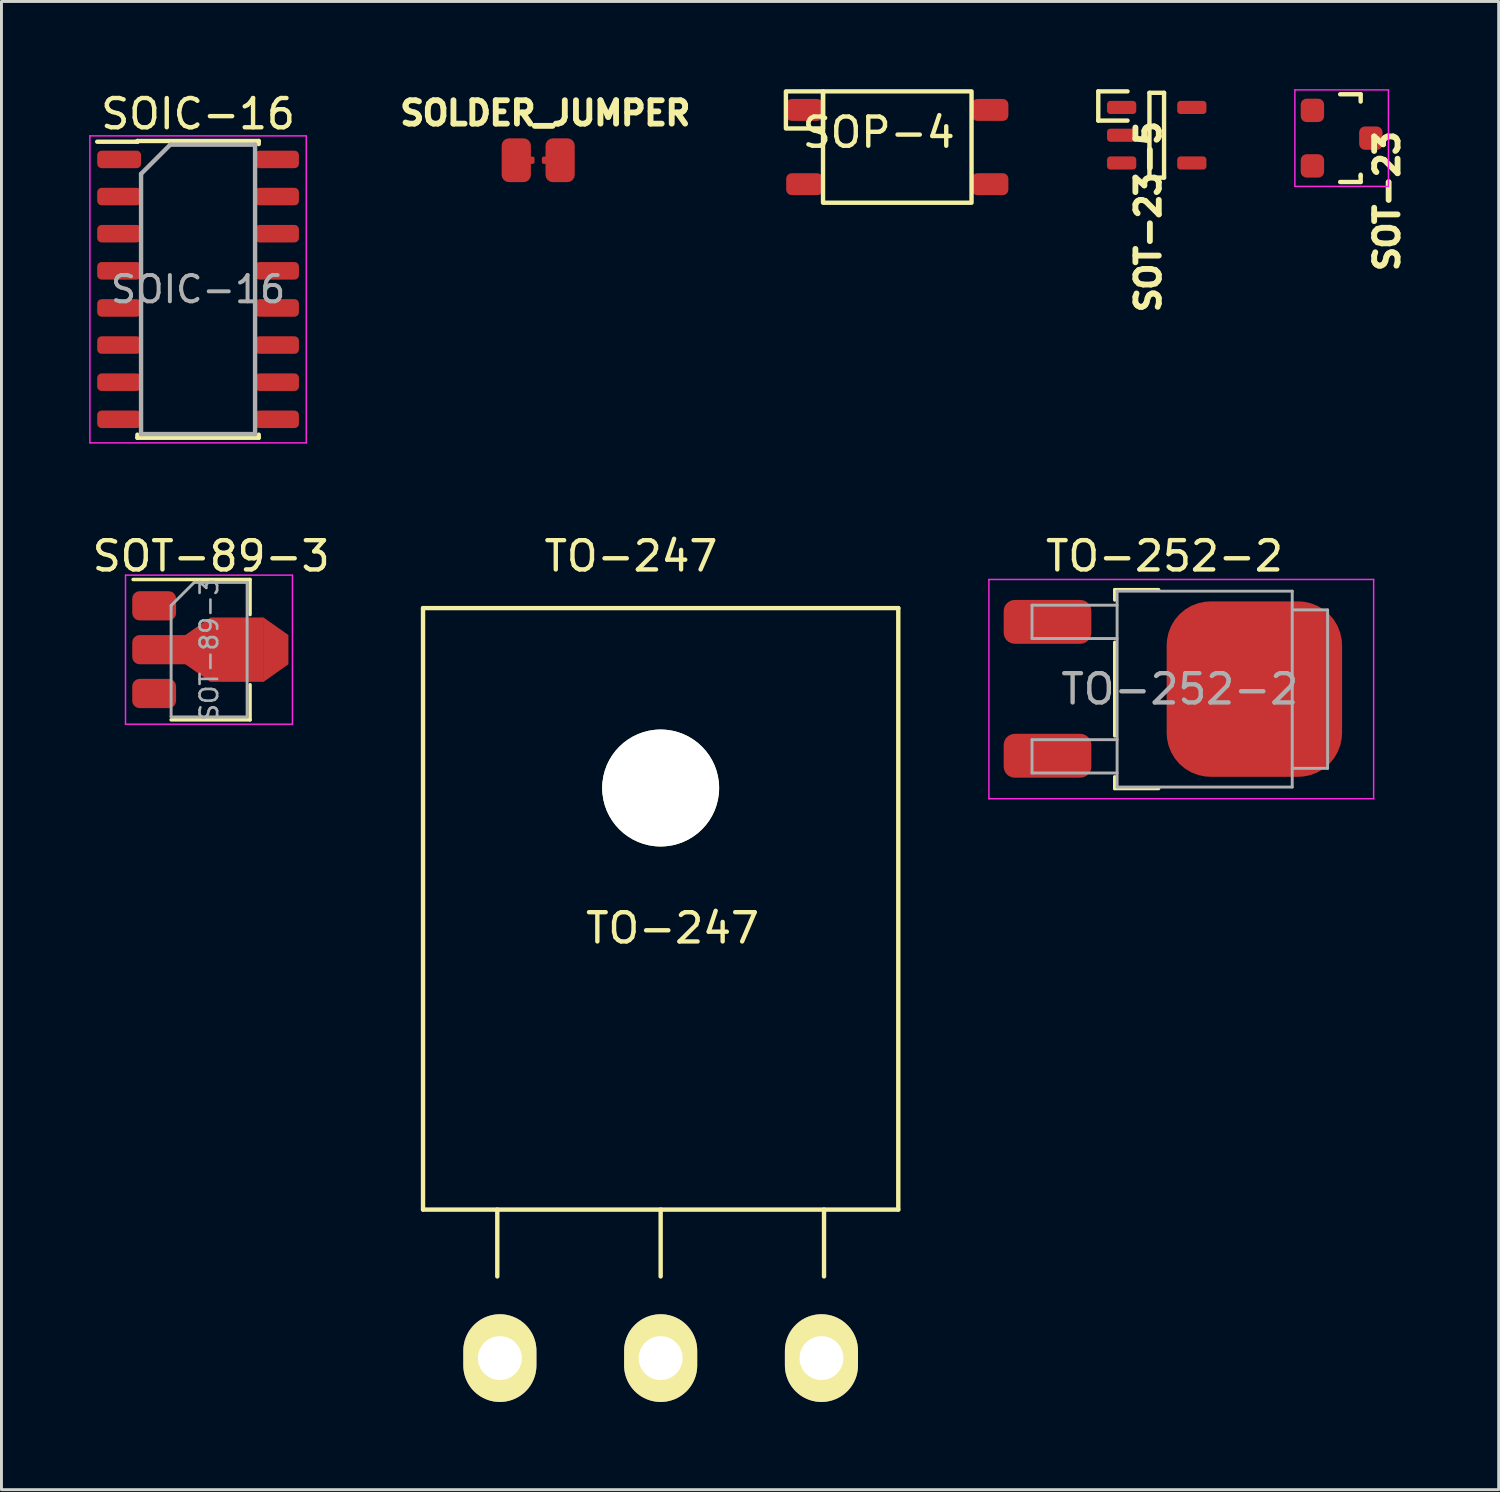
<source format=kicad_pcb>
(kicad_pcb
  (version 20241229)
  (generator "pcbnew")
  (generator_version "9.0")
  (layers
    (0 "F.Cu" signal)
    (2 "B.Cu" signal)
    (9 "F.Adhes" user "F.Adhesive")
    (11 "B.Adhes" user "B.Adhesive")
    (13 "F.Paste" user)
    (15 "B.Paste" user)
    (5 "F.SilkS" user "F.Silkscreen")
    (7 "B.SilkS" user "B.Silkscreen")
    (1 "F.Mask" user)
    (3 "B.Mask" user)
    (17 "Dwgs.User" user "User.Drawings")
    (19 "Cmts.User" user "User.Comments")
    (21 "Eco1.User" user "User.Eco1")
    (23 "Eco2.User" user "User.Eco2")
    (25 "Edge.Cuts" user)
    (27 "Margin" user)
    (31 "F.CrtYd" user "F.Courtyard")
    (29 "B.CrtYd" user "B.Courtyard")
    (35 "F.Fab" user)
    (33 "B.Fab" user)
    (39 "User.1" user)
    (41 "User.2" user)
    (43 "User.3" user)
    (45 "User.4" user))
  (footprint "SOLDER_JUMPER"
    (layer "F.Cu")
    (at 15.359 2.431)
    (property "Reference" "SOLDER_JUMPER" (at 0.244 -1.612 0) (layer "F.SilkS") (effects (font (size 0.8 0.8) (thickness 0.2))))
    (attr exclude_from_pos_files exclude_from_bom)
    (fp_line (start -0.25 0) (end 0.25 0) (stroke (width 0.45) (type solid)) (layer "F.Mask"))
    (pad "1" smd roundrect (at -0.75 0) (size 1 1.5) (layers "F.Cu" "F.Mask" "F.Paste") (roundrect_rratio 0.25))
    (pad "1" smd roundrect (at -0.5 0) (size 0.75 0.25) (layers "F.Cu" "F.Mask" "F.Paste") (roundrect_rratio 0.25))
    (pad "2" smd roundrect (at 0.5 0) (size 0.75 0.25) (layers "F.Cu" "F.Mask" "F.Paste") (roundrect_rratio 0.25))
    (pad "2" smd roundrect (at 0.75 0) (size 1 1.5) (layers "F.Cu" "F.Mask" "F.Paste") (roundrect_rratio 0.25)))
  (footprint "SOT-23-5"
    (layer "F.Cu")
    (at 36.517 1.575)
    (property "Reference" "SOT-23-5" (at -0.29 2.784 90) (layer "F.SilkS") (effects (font (size 0.8 0.8) (thickness 0.2))))
    (attr smd)
    (fp_line (start -2 -1.5) (end -2 -0.5) (stroke (width 0.15) (type solid)) (layer "F.SilkS"))
    (fp_line (start -2 -0.5) (end -1 -0.5) (stroke (width 0.15) (type solid)) (layer "F.SilkS"))
    (fp_line (start -1 -1.5) (end -2 -1.5) (stroke (width 0.15) (type solid)) (layer "F.SilkS"))
    (fp_line (start -0.25 -1.45) (end -0.25 1.45) (stroke (width 0.15) (type solid)) (layer "F.SilkS"))
    (fp_line (start -0.25 1.45) (end 0.25 1.45) (stroke (width 0.15) (type solid)) (layer "F.SilkS"))
    (fp_line (start 0.25 -1.45) (end -0.25 -1.45) (stroke (width 0.15) (type solid)) (layer "F.SilkS"))
    (fp_line (start 0.25 1.45) (end 0.25 -1.45) (stroke (width 0.15) (type solid)) (layer "F.SilkS"))
    (pad "1" smd roundrect (at -1.2 -0.95) (size 1 0.45) (layers "F.Cu" "F.Mask" "F.Paste") (roundrect_rratio 0.25))
    (pad "2" smd roundrect (at -1.2 0) (size 1 0.45) (layers "F.Cu" "F.Mask" "F.Paste") (roundrect_rratio 0.25))
    (pad "3" smd roundrect (at -1.2 0.95) (size 1 0.45) (layers "F.Cu" "F.Mask" "F.Paste") (roundrect_rratio 0.25))
    (pad "4" smd roundrect (at 1.2 0.95) (size 1 0.45) (layers "F.Cu" "F.Mask" "F.Paste") (roundrect_rratio 0.25))
    (pad "5" smd roundrect (at 1.2 -0.95) (size 1 0.45) (layers "F.Cu" "F.Mask" "F.Paste") (roundrect_rratio 0.25)))
  (footprint "SOT-89-3"
    (layer "F.Cu")
    (at 3.723 19.172)
    (property "Reference" "SOT-89-3" (at 0.45 -3.2 0) (layer "F.SilkS") (effects (font (size 1 1) (thickness 0.15))))
    (attr smd)
    (fp_line (start -2.22 -2.4) (end 1.78 -2.4) (stroke (width 0.12) (type solid)) (layer "F.SilkS"))
    (fp_line (start 1.78 -2.4) (end 1.78 -1.2) (stroke (width 0.12) (type solid)) (layer "F.SilkS"))
    (fp_line (start 1.78 1.2) (end 1.78 2.4) (stroke (width 0.12) (type solid)) (layer "F.SilkS"))
    (fp_line (start 1.78 2.4) (end -0.92 2.4) (stroke (width 0.12) (type solid)) (layer "F.SilkS"))
    (fp_line (start -2.48 2.55) (end -2.48 -2.55) (stroke (width 0.05) (type solid)) (layer "F.CrtYd"))
    (fp_line (start -2.48 2.55) (end 3.23 2.55) (stroke (width 0.05) (type solid)) (layer "F.CrtYd"))
    (fp_line (start 3.23 -2.55) (end -2.48 -2.55) (stroke (width 0.05) (type solid)) (layer "F.CrtYd"))
    (fp_line (start 3.23 -2.55) (end 3.23 2.55) (stroke (width 0.05) (type solid)) (layer "F.CrtYd"))
    (fp_line (start -0.92 -1.51) (end -0.13 -2.3) (stroke (width 0.1) (type solid)) (layer "F.Fab"))
    (fp_line (start -0.92 2.3) (end -0.92 -1.51) (stroke (width 0.1) (type solid)) (layer "F.Fab"))
    (fp_line (start -0.13 -2.3) (end 1.68 -2.3) (stroke (width 0.1) (type solid)) (layer "F.Fab"))
    (fp_line (start 1.68 -2.3) (end 1.68 2.3) (stroke (width 0.1) (type solid)) (layer "F.Fab"))
    (fp_line (start 1.68 2.3) (end -0.92 2.3) (stroke (width 0.1) (type solid)) (layer "F.Fab"))
    (fp_text user "${REFERENCE}" (at 0.38 0 90) (layer "F.Fab") (effects (font (size 0.6 0.6) (thickness 0.09))))
    (pad "1" smd roundrect (at -1.5 -1.5 270) (size 1 1.5) (layers "F.Cu" "F.Mask" "F.Paste") (roundrect_rratio 0.25))
    (pad "2" smd roundrect (at -1 0 90) (size 1 2.5) (layers "F.Cu" "F.Mask" "F.Paste") (roundrect_rratio 0.25))
    (pad "2" smd trapezoid (at -0.076 0 90) (size 1.5 1) (rect_delta 0 0.7) (layers "F.Cu" "F.Mask" "F.Paste"))
    (pad "2" smd rect (at 1.333 0 270) (size 2.2 1.84) (layers "F.Cu" "F.Mask" "F.Paste"))
    (pad "2" smd trapezoid (at 2.667 0 270) (size 1.6 0.85) (rect_delta 0 0.6) (layers "F.Cu" "F.Mask" "F.Paste"))
    (pad "3" smd roundrect (at -1.5 1.5 270) (size 1 1.5) (layers "F.Cu" "F.Mask" "F.Paste") (roundrect_rratio 0.25)))
  (footprint "SOIC-16"
    (layer "F.Cu")
    (at 3.725 6.848)
    (property "Reference" "SOIC-16" (at 0 -6 0) (layer "F.SilkS") (effects (font (size 1 1) (thickness 0.15))))
    (attr smd)
    (fp_line (start -2.075 -5.075) (end -2.075 -5.05) (stroke (width 0.15) (type solid)) (layer "F.SilkS"))
    (fp_line (start -2.075 -5.075) (end 2.075 -5.075) (stroke (width 0.15) (type solid)) (layer "F.SilkS"))
    (fp_line (start -2.075 -5.05) (end -3.45 -5.05) (stroke (width 0.15) (type solid)) (layer "F.SilkS"))
    (fp_line (start -2.075 5.075) (end -2.075 4.97) (stroke (width 0.15) (type solid)) (layer "F.SilkS"))
    (fp_line (start -2.075 5.075) (end 2.075 5.075) (stroke (width 0.15) (type solid)) (layer "F.SilkS"))
    (fp_line (start 2.075 -5.075) (end 2.075 -4.97) (stroke (width 0.15) (type solid)) (layer "F.SilkS"))
    (fp_line (start 2.075 5.075) (end 2.075 4.97) (stroke (width 0.15) (type solid)) (layer "F.SilkS"))
    (fp_line (start -3.7 -5.25) (end -3.7 5.25) (stroke (width 0.05) (type solid)) (layer "F.CrtYd"))
    (fp_line (start -3.7 -5.25) (end 3.7 -5.25) (stroke (width 0.05) (type solid)) (layer "F.CrtYd"))
    (fp_line (start -3.7 5.25) (end 3.7 5.25) (stroke (width 0.05) (type solid)) (layer "F.CrtYd"))
    (fp_line (start 3.7 -5.25) (end 3.7 5.25) (stroke (width 0.05) (type solid)) (layer "F.CrtYd"))
    (fp_line (start -1.95 -3.95) (end -0.95 -4.95) (stroke (width 0.15) (type solid)) (layer "F.Fab"))
    (fp_line (start -1.95 4.95) (end -1.95 -3.95) (stroke (width 0.15) (type solid)) (layer "F.Fab"))
    (fp_line (start -0.95 -4.95) (end 1.95 -4.95) (stroke (width 0.15) (type solid)) (layer "F.Fab"))
    (fp_line (start 1.95 -4.95) (end 1.95 4.95) (stroke (width 0.15) (type solid)) (layer "F.Fab"))
    (fp_line (start 1.95 4.95) (end -1.95 4.95) (stroke (width 0.15) (type solid)) (layer "F.Fab"))
    (fp_text user "${REFERENCE}" (at 0 0 0) (layer "F.Fab") (effects (font (size 0.9 0.9) (thickness 0.135))))
    (pad "1" smd roundrect (at -2.7 -4.445) (size 1.5 0.6) (layers "F.Cu" "F.Mask" "F.Paste") (roundrect_rratio 0.25))
    (pad "2" smd roundrect (at -2.7 -3.175) (size 1.5 0.6) (layers "F.Cu" "F.Mask" "F.Paste") (roundrect_rratio 0.25))
    (pad "3" smd roundrect (at -2.7 -1.905) (size 1.5 0.6) (layers "F.Cu" "F.Mask" "F.Paste") (roundrect_rratio 0.25))
    (pad "4" smd roundrect (at -2.7 -0.635) (size 1.5 0.6) (layers "F.Cu" "F.Mask" "F.Paste") (roundrect_rratio 0.25))
    (pad "5" smd roundrect (at -2.7 0.635) (size 1.5 0.6) (layers "F.Cu" "F.Mask" "F.Paste") (roundrect_rratio 0.25))
    (pad "6" smd roundrect (at -2.7 1.905) (size 1.5 0.6) (layers "F.Cu" "F.Mask" "F.Paste") (roundrect_rratio 0.25))
    (pad "7" smd roundrect (at -2.7 3.175) (size 1.5 0.6) (layers "F.Cu" "F.Mask" "F.Paste") (roundrect_rratio 0.25))
    (pad "8" smd roundrect (at -2.7 4.445) (size 1.5 0.6) (layers "F.Cu" "F.Mask" "F.Paste") (roundrect_rratio 0.25))
    (pad "9" smd roundrect (at 2.7 4.445) (size 1.5 0.6) (layers "F.Cu" "F.Mask" "F.Paste") (roundrect_rratio 0.25))
    (pad "10" smd roundrect (at 2.7 3.175) (size 1.5 0.6) (layers "F.Cu" "F.Mask" "F.Paste") (roundrect_rratio 0.25))
    (pad "11" smd roundrect (at 2.7 1.905) (size 1.5 0.6) (layers "F.Cu" "F.Mask" "F.Paste") (roundrect_rratio 0.25))
    (pad "12" smd roundrect (at 2.7 0.635) (size 1.5 0.6) (layers "F.Cu" "F.Mask" "F.Paste") (roundrect_rratio 0.25))
    (pad "13" smd roundrect (at 2.7 -0.635) (size 1.5 0.6) (layers "F.Cu" "F.Mask" "F.Paste") (roundrect_rratio 0.25))
    (pad "14" smd roundrect (at 2.7 -1.905) (size 1.5 0.6) (layers "F.Cu" "F.Mask" "F.Paste") (roundrect_rratio 0.25))
    (pad "15" smd roundrect (at 2.7 -3.175) (size 1.5 0.6) (layers "F.Cu" "F.Mask" "F.Paste") (roundrect_rratio 0.25))
    (pad "16" smd roundrect (at 2.7 -4.445) (size 1.5 0.6) (layers "F.Cu" "F.Mask" "F.Paste") (roundrect_rratio 0.25)))
  (footprint "TO-247"
    (layer "F.Cu")
    (at 19.548 43.404)
    (property "Reference" "TO-247" (at -1.016 -27.432 0) (layer "F.SilkS") (effects (font (size 1 1) (thickness 0.15))))
    (attr through_hole)
    (fp_line (start -8.128 -25.654) (end 8.128 -25.654) (stroke (width 0.15) (type solid)) (layer "F.SilkS"))
    (fp_line (start -8.128 -5.08) (end -8.128 -25.654) (stroke (width 0.15) (type solid)) (layer "F.SilkS"))
    (fp_line (start -5.588 -2.794) (end -5.588 -5.08) (stroke (width 0.15) (type solid)) (layer "F.SilkS"))
    (fp_line (start 0 -2.794) (end 0 -5.08) (stroke (width 0.15) (type solid)) (layer "F.SilkS"))
    (fp_line (start 5.588 -2.794) (end 5.588 -5.08) (stroke (width 0.15) (type solid)) (layer "F.SilkS"))
    (fp_line (start 8.128 -25.654) (end 8.128 -5.08) (stroke (width 0.15) (type solid)) (layer "F.SilkS"))
    (fp_line (start 8.128 -5.08) (end -8.128 -5.08) (stroke (width 0.15) (type solid)) (layer "F.SilkS"))
    (fp_circle (center 0 -19.558) (end 1.778 -19.558) (stroke (width 0.15) (type solid)) (fill no) (layer "F.SilkS"))
    (fp_text user "TO-247" (at 0.406 -14.707 0) (layer "F.SilkS") (effects (font (size 1 1) (thickness 0.15))))
    (pad "" np_thru_hole circle (at 0 -19.5) (size 4 4) (drill 4) (layers "*.Cu" "*.Mask" "F.SilkS"))
    (pad "1" thru_hole oval (at -5.5 0 90) (size 3 2.5) (drill 1.5) (layers "*.Cu" "*.Mask" "F.SilkS"))
    (pad "2" thru_hole oval (at 0 0 90) (size 3 2.5) (drill 1.5) (layers "*.Cu" "*.Mask" "F.SilkS"))
    (pad "3" thru_hole oval (at 5.5 0 90) (size 3 2.5) (drill 1.5) (layers "*.Cu" "*.Mask" "F.SilkS")))
  (footprint "SOP-4"
    (layer "F.Cu")
    (at 27.642 1.98)
    (property "Reference" "SOP-4" (at -0.635 -0.5 0) (unlocked yes) (layer "F.SilkS") (effects (font (size 1 1) (thickness 0.15))))
    (fp_rect (start -2.54 -1.905) (end -3.81 -0.635) (stroke (width 0.15) (type solid)) (fill no) (layer "F.SilkS"))
    (fp_rect (start -2.54 -1.905) (end 2.54 1.905) (stroke (width 0.15) (type solid)) (fill no) (layer "F.SilkS"))
    (pad "1" smd roundrect (at -3.175 -1.27) (size 1.25 0.75) (layers "F.Cu" "F.Mask" "F.Paste") (roundrect_rratio 0.25))
    (pad "2" smd roundrect (at -3.175 1.27) (size 1.25 0.75) (layers "F.Cu" "F.Mask" "F.Paste") (roundrect_rratio 0.25))
    (pad "3" smd roundrect (at 3.175 1.27) (size 1.25 0.75) (layers "F.Cu" "F.Mask" "F.Paste") (roundrect_rratio 0.25))
    (pad "4" smd roundrect (at 3.175 -1.27) (size 1.25 0.75) (layers "F.Cu" "F.Mask" "F.Paste") (roundrect_rratio 0.25)))
  (footprint "TO-252-2"
    (layer "F.Cu")
    (at 37.356 20.521)
    (property "Reference" "TO-252-2" (at -0.575 -4.55 0) (layer "F.SilkS") (effects (font (size 1 1) (thickness 0.15))))
    (attr smd)
    (fp_line (start -2.275 -3.4) (end -0.775 -3.4) (stroke (width 0.12) (type solid)) (layer "F.SilkS"))
    (fp_line (start -2.275 -3.05) (end -2.275 -3.4) (stroke (width 0.12) (type solid)) (layer "F.SilkS"))
    (fp_line (start -2.275 1.6) (end -2.275 -1.6) (stroke (width 0.12) (type solid)) (layer "F.SilkS"))
    (fp_line (start -2.275 3.4) (end -2.275 3) (stroke (width 0.12) (type solid)) (layer "F.SilkS"))
    (fp_line (start -0.775 3.4) (end -2.275 3.4) (stroke (width 0.12) (type solid)) (layer "F.SilkS"))
    (fp_line (start -6.58 3.75) (end -6.58 -3.75) (stroke (width 0.05) (type solid)) (layer "F.CrtYd"))
    (fp_line (start -6.58 3.75) (end 6.58 3.75) (stroke (width 0.05) (type solid)) (layer "F.CrtYd"))
    (fp_line (start 6.58 -3.75) (end -6.58 -3.75) (stroke (width 0.05) (type solid)) (layer "F.CrtYd"))
    (fp_line (start 6.58 -3.75) (end 6.58 3.75) (stroke (width 0.05) (type solid)) (layer "F.CrtYd"))
    (fp_line (start -5.105 -2.87) (end -5.105 -1.73) (stroke (width 0.1) (type solid)) (layer "F.Fab"))
    (fp_line (start -5.105 -1.73) (end -2.195 -1.73) (stroke (width 0.1) (type solid)) (layer "F.Fab"))
    (fp_line (start -5.105 1.73) (end -5.105 2.87) (stroke (width 0.1) (type solid)) (layer "F.Fab"))
    (fp_line (start -5.105 2.87) (end -2.195 2.87) (stroke (width 0.1) (type solid)) (layer "F.Fab"))
    (fp_line (start -2.195 -2.87) (end -5.105 -2.87) (stroke (width 0.1) (type solid)) (layer "F.Fab"))
    (fp_line (start -2.195 1.73) (end -5.105 1.73) (stroke (width 0.1) (type solid)) (layer "F.Fab"))
    (fp_line (start -2.195 3.35) (end -2.195 -3.35) (stroke (width 0.1) (type solid)) (layer "F.Fab"))
    (fp_line (start -2.195 3.35) (end 3.795 3.35) (stroke (width 0.1) (type solid)) (layer "F.Fab"))
    (fp_line (start 3.795 -3.35) (end -2.195 -3.35) (stroke (width 0.1) (type solid)) (layer "F.Fab"))
    (fp_line (start 3.795 3.35) (end 3.795 -3.35) (stroke (width 0.1) (type solid)) (layer "F.Fab"))
    (fp_line (start 3.805 -2.71) (end 5.005 -2.71) (stroke (width 0.1) (type solid)) (layer "F.Fab"))
    (fp_line (start 5.005 -2.71) (end 5.005 2.71) (stroke (width 0.1) (type solid)) (layer "F.Fab"))
    (fp_line (start 5.005 2.71) (end 3.795 2.71) (stroke (width 0.1) (type solid)) (layer "F.Fab"))
    (fp_text user "${REFERENCE}" (at -0.05 0 0) (layer "F.Fab") (effects (font (size 1 1) (thickness 0.15))))
    (pad "1" smd roundrect (at -4.575 -2.3) (size 3 1.5) (layers "F.Cu" "F.Mask" "F.Paste") (roundrect_rratio 0.25))
    (pad "2" smd roundrect (at 2.5 0) (size 6 6) (layers "F.Cu" "F.Mask") (roundrect_rratio 0.25))
    (pad "3" smd roundrect (at -4.575 2.28) (size 3 1.5) (layers "F.Cu" "F.Mask" "F.Paste") (roundrect_rratio 0.25)))
  (footprint "SOT-23"
    (layer "F.Cu")
    (at 42.842 1.675)
    (property "Reference" "SOT-23" (at 1.552 2.152 90) (layer "F.SilkS") (effects (font (size 0.8 0.8) (thickness 0.2))))
    (attr smd)
    (fp_line (start -0.051 -1.5) (end 0.65 -1.5) (stroke (width 0.15) (type solid)) (layer "F.SilkS"))
    (fp_line (start 0.65 -1.5) (end 0.65 -1.251) (stroke (width 0.15) (type solid)) (layer "F.SilkS"))
    (fp_line (start 0.65 1.299) (end 0.65 1.251) (stroke (width 0.15) (type solid)) (layer "F.SilkS"))
    (fp_line (start 0.65 1.299) (end 0.65 1.5) (stroke (width 0.15) (type solid)) (layer "F.SilkS"))
    (fp_line (start 0.65 1.5) (end -0.051 1.5) (stroke (width 0.15) (type solid)) (layer "F.SilkS"))
    (fp_line (start -1.6 -1.65) (end 1.6 -1.65) (stroke (width 0.05) (type solid)) (layer "F.CrtYd"))
    (fp_line (start -1.6 1.65) (end -1.6 -1.65) (stroke (width 0.05) (type solid)) (layer "F.CrtYd"))
    (fp_line (start 1.6 -1.65) (end 1.6 1.65) (stroke (width 0.05) (type solid)) (layer "F.CrtYd"))
    (fp_line (start 1.6 1.65) (end -1.6 1.65) (stroke (width 0.05) (type solid)) (layer "F.CrtYd"))
    (pad "1" smd roundrect (at -1.001 -0.95 270) (size 0.8 0.8) (layers "F.Cu" "F.Mask" "F.Paste") (roundrect_rratio 0.25))
    (pad "2" smd roundrect (at -1.001 0.95 270) (size 0.8 0.8) (layers "F.Cu" "F.Mask" "F.Paste") (roundrect_rratio 0.25))
    (pad "3" smd roundrect (at 0.998 0 270) (size 0.8 0.8) (layers "F.Cu" "F.Mask" "F.Paste") (roundrect_rratio 0.25)))
  (gr_rect
    (start -3 -3)
    (end 48.213 47.904)
    (stroke (width 0.1) (type default))
    (fill no)
    (layer "Edge.Cuts")))
</source>
